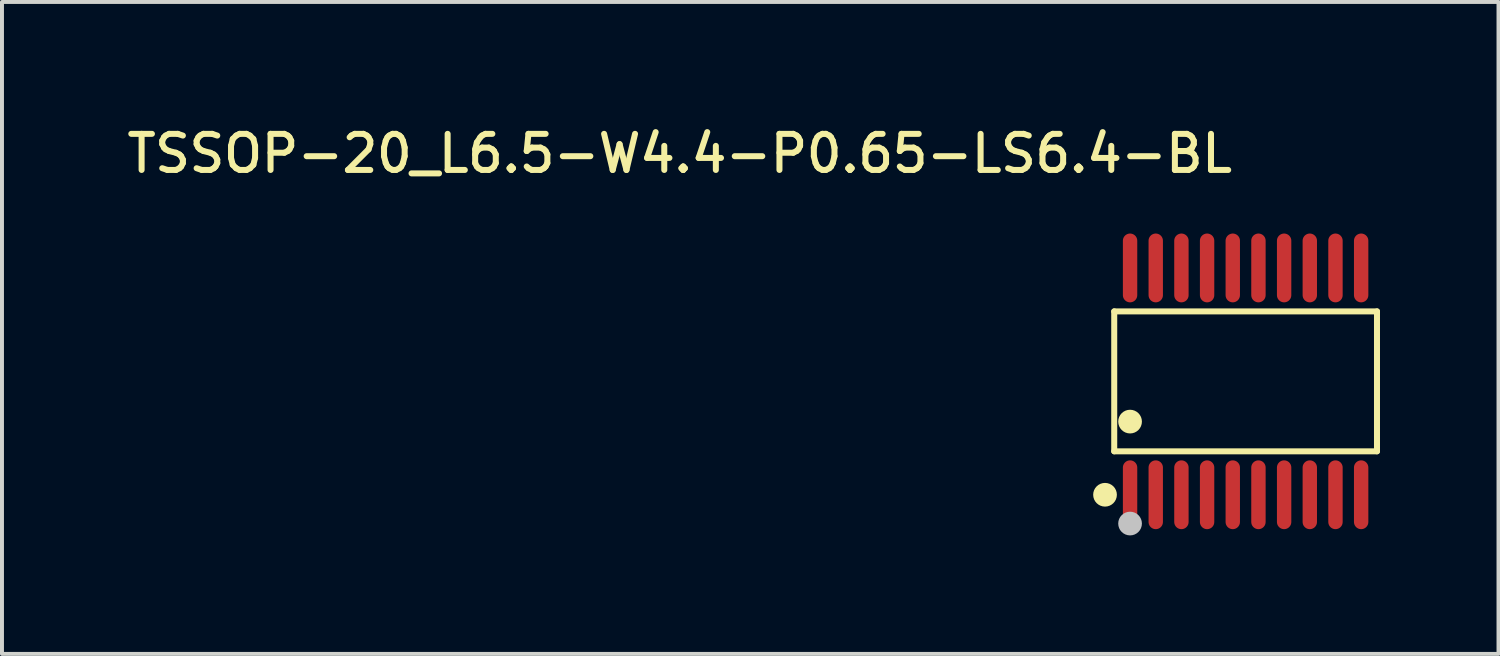
<source format=kicad_pcb>
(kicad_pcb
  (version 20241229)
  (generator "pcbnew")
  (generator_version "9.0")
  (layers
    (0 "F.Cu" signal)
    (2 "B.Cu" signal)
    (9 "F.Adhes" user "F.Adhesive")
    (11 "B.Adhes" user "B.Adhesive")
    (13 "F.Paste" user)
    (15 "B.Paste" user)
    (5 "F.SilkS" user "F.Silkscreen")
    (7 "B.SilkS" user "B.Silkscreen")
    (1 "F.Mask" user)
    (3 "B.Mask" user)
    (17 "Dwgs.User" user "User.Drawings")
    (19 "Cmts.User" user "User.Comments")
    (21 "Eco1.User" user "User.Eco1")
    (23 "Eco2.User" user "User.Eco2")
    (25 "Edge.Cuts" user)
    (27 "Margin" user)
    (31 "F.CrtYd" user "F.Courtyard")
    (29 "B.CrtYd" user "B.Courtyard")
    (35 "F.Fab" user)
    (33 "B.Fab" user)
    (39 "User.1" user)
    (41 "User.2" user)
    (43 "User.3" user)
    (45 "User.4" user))
  (footprint "TSSOP-20_L6.5-W4.4-P0.65-LS6.4-BL"
    (layer "F.Cu")
    (at 28.483 6.604)
    (property "Reference" "TSSOP-20_L6.5-W4.4-P0.65-LS6.4-BL" (at -0.254 -5.232 180) (layer "F.SilkS") (effects (font (size 0.914 0.914) (thickness 0.152)) (justify right bottom)))
    (fp_line (start -3.326 -1.771) (end 3.326 -1.771) (stroke (width 0.152) (type default)) (layer "F.SilkS"))
    (fp_line (start -3.326 1.771) (end -3.326 -1.771) (stroke (width 0.152) (type default)) (layer "F.SilkS"))
    (fp_line (start 3.326 -1.771) (end 3.326 1.771) (stroke (width 0.152) (type default)) (layer "F.SilkS"))
    (fp_line (start 3.326 1.771) (end -3.326 1.771) (stroke (width 0.152) (type default)) (layer "F.SilkS"))
    (fp_circle (center -3.559 2.871) (end -3.409 2.871) (stroke (width 0.3) (type default)) (fill no) (layer "F.SilkS"))
    (fp_circle (center -2.925 1.019) (end -2.775 1.019) (stroke (width 0.3) (type default)) (fill no) (layer "F.SilkS"))
    (fp_circle (center -2.925 3.6) (end -2.775 3.6) (stroke (width 0.3) (type default)) (fill no) (layer "Dwgs.User"))
    (fp_circle (center -3.25 3.2) (end -3.22 3.2) (stroke (width 0.06) (type default)) (fill no) (layer "User.5"))
    (pad "1" smd oval (at -2.925 2.871) (size 0.364 1.742) (layers "F.Cu" "F.Mask" "F.Paste"))
    (pad "2" smd oval (at -2.275 2.871) (size 0.364 1.742) (layers "F.Cu" "F.Mask" "F.Paste"))
    (pad "3" smd oval (at -1.625 2.871) (size 0.364 1.742) (layers "F.Cu" "F.Mask" "F.Paste"))
    (pad "4" smd oval (at -0.975 2.871) (size 0.364 1.742) (layers "F.Cu" "F.Mask" "F.Paste"))
    (pad "5" smd oval (at -0.325 2.871) (size 0.364 1.742) (layers "F.Cu" "F.Mask" "F.Paste"))
    (pad "6" smd oval (at 0.325 2.871) (size 0.364 1.742) (layers "F.Cu" "F.Mask" "F.Paste"))
    (pad "7" smd oval (at 0.975 2.871) (size 0.364 1.742) (layers "F.Cu" "F.Mask" "F.Paste"))
    (pad "8" smd oval (at 1.625 2.871) (size 0.364 1.742) (layers "F.Cu" "F.Mask" "F.Paste"))
    (pad "9" smd oval (at 2.275 2.871) (size 0.364 1.742) (layers "F.Cu" "F.Mask" "F.Paste"))
    (pad "10" smd oval (at 2.925 2.871) (size 0.364 1.742) (layers "F.Cu" "F.Mask" "F.Paste"))
    (pad "11" smd oval (at 2.925 -2.871) (size 0.364 1.742) (layers "F.Cu" "F.Mask" "F.Paste"))
    (pad "12" smd oval (at 2.275 -2.871) (size 0.364 1.742) (layers "F.Cu" "F.Mask" "F.Paste"))
    (pad "13" smd oval (at 1.625 -2.871) (size 0.364 1.742) (layers "F.Cu" "F.Mask" "F.Paste"))
    (pad "14" smd oval (at 0.975 -2.871) (size 0.364 1.742) (layers "F.Cu" "F.Mask" "F.Paste"))
    (pad "15" smd oval (at 0.325 -2.871) (size 0.364 1.742) (layers "F.Cu" "F.Mask" "F.Paste"))
    (pad "16" smd oval (at -0.325 -2.871) (size 0.364 1.742) (layers "F.Cu" "F.Mask" "F.Paste"))
    (pad "17" smd oval (at -0.975 -2.871) (size 0.364 1.742) (layers "F.Cu" "F.Mask" "F.Paste"))
    (pad "18" smd oval (at -1.625 -2.871) (size 0.364 1.742) (layers "F.Cu" "F.Mask" "F.Paste"))
    (pad "19" smd oval (at -2.275 -2.871) (size 0.364 1.742) (layers "F.Cu" "F.Mask" "F.Paste"))
    (pad "20" smd oval (at -2.925 -2.871) (size 0.364 1.742) (layers "F.Cu" "F.Mask" "F.Paste"))
    (zone (net_name "") (layer "User.3") (hatch edge 0.5) (priority 100) (connect_pads yes) (min_thickness 0) (filled_areas_thickness no) (fill yes) (polygon (pts (xy 25.248 8.904) (xy 25.248 4.504) (xy 31.748 4.504) (xy 31.748 8.904))) (filled_polygon (layer "User.3") (island) (pts (xy 25.248 8.904) (xy 25.248 4.504) (xy 31.748 4.504) (xy 31.748 8.904))))
    (zone (net_name "") (layer "User.4") (hatch edge 0.5) (priority 100) (connect_pads yes) (min_thickness 0) (filled_areas_thickness no) (fill yes) (polygon (pts (xy 25.443 3.504) (xy 25.443 4.104) (xy 25.703 4.104) (xy 25.703 3.504))) (filled_polygon (layer "User.4") (island) (pts (xy 25.443 3.504) (xy 25.443 4.104) (xy 25.703 4.104) (xy 25.703 3.504))))
    (zone (net_name "") (layer "User.4") (hatch edge 0.5) (priority 100) (connect_pads) (min_thickness 0) (filled_areas_thickness no) (keepout (tracks allowed) (vias allowed) (pads allowed) (copperpour not_allowed) (footprints allowed)) (placement (enabled no)) (fill) (polygon (pts (xy 25.443 4.094) (xy 25.443 4.514) (xy 25.703 4.514) (xy 25.703 4.094))))
    (zone (net_name "") (layer "User.4") (hatch edge 0.5) (priority 100) (connect_pads) (min_thickness 0) (filled_areas_thickness no) (keepout (tracks allowed) (vias allowed) (pads allowed) (copperpour not_allowed) (footprints allowed)) (placement (enabled no)) (fill) (polygon (pts (xy 25.443 9.314) (xy 25.443 8.894) (xy 25.703 8.894) (xy 25.703 9.314))))
    (zone (net_name "") (layer "User.4") (hatch edge 0.5) (priority 100) (connect_pads yes) (min_thickness 0) (filled_areas_thickness no) (fill yes) (polygon (pts (xy 25.443 9.904) (xy 25.443 9.304) (xy 25.703 9.304) (xy 25.703 9.904))) (filled_polygon (layer "User.4") (island) (pts (xy 25.443 9.904) (xy 25.443 9.304) (xy 25.703 9.304) (xy 25.703 9.904))))
    (zone (net_name "") (layer "User.4") (hatch edge 0.5) (priority 100) (connect_pads yes) (min_thickness 0) (filled_areas_thickness no) (fill yes) (polygon (pts (xy 26.093 3.504) (xy 26.093 4.104) (xy 26.353 4.104) (xy 26.353 3.504))) (filled_polygon (layer "User.4") (island) (pts (xy 26.093 3.504) (xy 26.093 4.104) (xy 26.353 4.104) (xy 26.353 3.504))))
    (zone (net_name "") (layer "User.4") (hatch edge 0.5) (priority 100) (connect_pads) (min_thickness 0) (filled_areas_thickness no) (keepout (tracks allowed) (vias allowed) (pads allowed) (copperpour not_allowed) (footprints allowed)) (placement (enabled no)) (fill) (polygon (pts (xy 26.093 4.094) (xy 26.093 4.514) (xy 26.353 4.514) (xy 26.353 4.094))))
    (zone (net_name "") (layer "User.4") (hatch edge 0.5) (priority 100) (connect_pads) (min_thickness 0) (filled_areas_thickness no) (keepout (tracks allowed) (vias allowed) (pads allowed) (copperpour not_allowed) (footprints allowed)) (placement (enabled no)) (fill) (polygon (pts (xy 26.093 9.314) (xy 26.093 8.894) (xy 26.353 8.894) (xy 26.353 9.314))))
    (zone (net_name "") (layer "User.4") (hatch edge 0.5) (priority 100) (connect_pads yes) (min_thickness 0) (filled_areas_thickness no) (fill yes) (polygon (pts (xy 26.093 9.904) (xy 26.093 9.304) (xy 26.353 9.304) (xy 26.353 9.904))) (filled_polygon (layer "User.4") (island) (pts (xy 26.093 9.904) (xy 26.093 9.304) (xy 26.353 9.304) (xy 26.353 9.904))))
    (zone (net_name "") (layer "User.4") (hatch edge 0.5) (priority 100) (connect_pads yes) (min_thickness 0) (filled_areas_thickness no) (fill yes) (polygon (pts (xy 26.743 3.504) (xy 26.743 4.104) (xy 27.003 4.104) (xy 27.003 3.504))) (filled_polygon (layer "User.4") (island) (pts (xy 26.743 3.504) (xy 26.743 4.104) (xy 27.003 4.104) (xy 27.003 3.504))))
    (zone (net_name "") (layer "User.4") (hatch edge 0.5) (priority 100) (connect_pads) (min_thickness 0) (filled_areas_thickness no) (keepout (tracks allowed) (vias allowed) (pads allowed) (copperpour not_allowed) (footprints allowed)) (placement (enabled no)) (fill) (polygon (pts (xy 26.743 4.094) (xy 26.743 4.514) (xy 27.003 4.514) (xy 27.003 4.094))))
    (zone (net_name "") (layer "User.4") (hatch edge 0.5) (priority 100) (connect_pads) (min_thickness 0) (filled_areas_thickness no) (keepout (tracks allowed) (vias allowed) (pads allowed) (copperpour not_allowed) (footprints allowed)) (placement (enabled no)) (fill) (polygon (pts (xy 26.743 9.314) (xy 26.743 8.894) (xy 27.003 8.894) (xy 27.003 9.314))))
    (zone (net_name "") (layer "User.4") (hatch edge 0.5) (priority 100) (connect_pads yes) (min_thickness 0) (filled_areas_thickness no) (fill yes) (polygon (pts (xy 26.743 9.904) (xy 26.743 9.304) (xy 27.003 9.304) (xy 27.003 9.904))) (filled_polygon (layer "User.4") (island) (pts (xy 26.743 9.904) (xy 26.743 9.304) (xy 27.003 9.304) (xy 27.003 9.904))))
    (zone (net_name "") (layer "User.4") (hatch edge 0.5) (priority 100) (connect_pads yes) (min_thickness 0) (filled_areas_thickness no) (fill yes) (polygon (pts (xy 27.393 3.504) (xy 27.393 4.104) (xy 27.653 4.104) (xy 27.653 3.504))) (filled_polygon (layer "User.4") (island) (pts (xy 27.393 3.504) (xy 27.393 4.104) (xy 27.653 4.104) (xy 27.653 3.504))))
    (zone (net_name "") (layer "User.4") (hatch edge 0.5) (priority 100) (connect_pads) (min_thickness 0) (filled_areas_thickness no) (keepout (tracks allowed) (vias allowed) (pads allowed) (copperpour not_allowed) (footprints allowed)) (placement (enabled no)) (fill) (polygon (pts (xy 27.393 4.094) (xy 27.393 4.514) (xy 27.653 4.514) (xy 27.653 4.094))))
    (zone (net_name "") (layer "User.4") (hatch edge 0.5) (priority 100) (connect_pads) (min_thickness 0) (filled_areas_thickness no) (keepout (tracks allowed) (vias allowed) (pads allowed) (copperpour not_allowed) (footprints allowed)) (placement (enabled no)) (fill) (polygon (pts (xy 27.393 9.314) (xy 27.393 8.894) (xy 27.653 8.894) (xy 27.653 9.314))))
    (zone (net_name "") (layer "User.4") (hatch edge 0.5) (priority 100) (connect_pads yes) (min_thickness 0) (filled_areas_thickness no) (fill yes) (polygon (pts (xy 27.393 9.904) (xy 27.393 9.304) (xy 27.653 9.304) (xy 27.653 9.904))) (filled_polygon (layer "User.4") (island) (pts (xy 27.393 9.904) (xy 27.393 9.304) (xy 27.653 9.304) (xy 27.653 9.904))))
    (zone (net_name "") (layer "User.4") (hatch edge 0.5) (priority 100) (connect_pads yes) (min_thickness 0) (filled_areas_thickness no) (fill yes) (polygon (pts (xy 28.043 3.504) (xy 28.043 4.104) (xy 28.303 4.104) (xy 28.303 3.504))) (filled_polygon (layer "User.4") (island) (pts (xy 28.043 3.504) (xy 28.043 4.104) (xy 28.303 4.104) (xy 28.303 3.504))))
    (zone (net_name "") (layer "User.4") (hatch edge 0.5) (priority 100) (connect_pads) (min_thickness 0) (filled_areas_thickness no) (keepout (tracks allowed) (vias allowed) (pads allowed) (copperpour not_allowed) (footprints allowed)) (placement (enabled no)) (fill) (polygon (pts (xy 28.043 4.094) (xy 28.043 4.514) (xy 28.303 4.514) (xy 28.303 4.094))))
    (zone (net_name "") (layer "User.4") (hatch edge 0.5) (priority 100) (connect_pads) (min_thickness 0) (filled_areas_thickness no) (keepout (tracks allowed) (vias allowed) (pads allowed) (copperpour not_allowed) (footprints allowed)) (placement (enabled no)) (fill) (polygon (pts (xy 28.043 9.314) (xy 28.043 8.894) (xy 28.303 8.894) (xy 28.303 9.314))))
    (zone (net_name "") (layer "User.4") (hatch edge 0.5) (priority 100) (connect_pads yes) (min_thickness 0) (filled_areas_thickness no) (fill yes) (polygon (pts (xy 28.043 9.904) (xy 28.043 9.304) (xy 28.303 9.304) (xy 28.303 9.904))) (filled_polygon (layer "User.4") (island) (pts (xy 28.043 9.904) (xy 28.043 9.304) (xy 28.303 9.304) (xy 28.303 9.904))))
    (zone (net_name "") (layer "User.4") (hatch edge 0.5) (priority 100) (connect_pads yes) (min_thickness 0) (filled_areas_thickness no) (fill yes) (polygon (pts (xy 28.693 3.504) (xy 28.693 4.104) (xy 28.953 4.104) (xy 28.953 3.504))) (filled_polygon (layer "User.4") (island) (pts (xy 28.693 3.504) (xy 28.693 4.104) (xy 28.953 4.104) (xy 28.953 3.504))))
    (zone (net_name "") (layer "User.4") (hatch edge 0.5) (priority 100) (connect_pads) (min_thickness 0) (filled_areas_thickness no) (keepout (tracks allowed) (vias allowed) (pads allowed) (copperpour not_allowed) (footprints allowed)) (placement (enabled no)) (fill) (polygon (pts (xy 28.693 4.094) (xy 28.693 4.514) (xy 28.953 4.514) (xy 28.953 4.094))))
    (zone (net_name "") (layer "User.4") (hatch edge 0.5) (priority 100) (connect_pads) (min_thickness 0) (filled_areas_thickness no) (keepout (tracks allowed) (vias allowed) (pads allowed) (copperpour not_allowed) (footprints allowed)) (placement (enabled no)) (fill) (polygon (pts (xy 28.693 9.314) (xy 28.693 8.894) (xy 28.953 8.894) (xy 28.953 9.314))))
    (zone (net_name "") (layer "User.4") (hatch edge 0.5) (priority 100) (connect_pads yes) (min_thickness 0) (filled_areas_thickness no) (fill yes) (polygon (pts (xy 28.693 9.904) (xy 28.693 9.304) (xy 28.953 9.304) (xy 28.953 9.904))) (filled_polygon (layer "User.4") (island) (pts (xy 28.693 9.904) (xy 28.693 9.304) (xy 28.953 9.304) (xy 28.953 9.904))))
    (zone (net_name "") (layer "User.4") (hatch edge 0.5) (priority 100) (connect_pads yes) (min_thickness 0) (filled_areas_thickness no) (fill yes) (polygon (pts (xy 29.343 3.504) (xy 29.343 4.104) (xy 29.603 4.104) (xy 29.603 3.504))) (filled_polygon (layer "User.4") (island) (pts (xy 29.343 3.504) (xy 29.343 4.104) (xy 29.603 4.104) (xy 29.603 3.504))))
    (zone (net_name "") (layer "User.4") (hatch edge 0.5) (priority 100) (connect_pads) (min_thickness 0) (filled_areas_thickness no) (keepout (tracks allowed) (vias allowed) (pads allowed) (copperpour not_allowed) (footprints allowed)) (placement (enabled no)) (fill) (polygon (pts (xy 29.343 4.094) (xy 29.343 4.514) (xy 29.603 4.514) (xy 29.603 4.094))))
    (zone (net_name "") (layer "User.4") (hatch edge 0.5) (priority 100) (connect_pads) (min_thickness 0) (filled_areas_thickness no) (keepout (tracks allowed) (vias allowed) (pads allowed) (copperpour not_allowed) (footprints allowed)) (placement (enabled no)) (fill) (polygon (pts (xy 29.343 9.314) (xy 29.343 8.894) (xy 29.603 8.894) (xy 29.603 9.314))))
    (zone (net_name "") (layer "User.4") (hatch edge 0.5) (priority 100) (connect_pads yes) (min_thickness 0) (filled_areas_thickness no) (fill yes) (polygon (pts (xy 29.343 9.904) (xy 29.343 9.304) (xy 29.603 9.304) (xy 29.603 9.904))) (filled_polygon (layer "User.4") (island) (pts (xy 29.343 9.904) (xy 29.343 9.304) (xy 29.603 9.304) (xy 29.603 9.904))))
    (zone (net_name "") (layer "User.4") (hatch edge 0.5) (priority 100) (connect_pads yes) (min_thickness 0) (filled_areas_thickness no) (fill yes) (polygon (pts (xy 29.993 3.504) (xy 29.993 4.104) (xy 30.253 4.104) (xy 30.253 3.504))) (filled_polygon (layer "User.4") (island) (pts (xy 29.993 3.504) (xy 29.993 4.104) (xy 30.253 4.104) (xy 30.253 3.504))))
    (zone (net_name "") (layer "User.4") (hatch edge 0.5) (priority 100) (connect_pads) (min_thickness 0) (filled_areas_thickness no) (keepout (tracks allowed) (vias allowed) (pads allowed) (copperpour not_allowed) (footprints allowed)) (placement (enabled no)) (fill) (polygon (pts (xy 29.993 4.094) (xy 29.993 4.514) (xy 30.253 4.514) (xy 30.253 4.094))))
    (zone (net_name "") (layer "User.4") (hatch edge 0.5) (priority 100) (connect_pads) (min_thickness 0) (filled_areas_thickness no) (keepout (tracks allowed) (vias allowed) (pads allowed) (copperpour not_allowed) (footprints allowed)) (placement (enabled no)) (fill) (polygon (pts (xy 29.993 9.314) (xy 29.993 8.894) (xy 30.253 8.894) (xy 30.253 9.314))))
    (zone (net_name "") (layer "User.4") (hatch edge 0.5) (priority 100) (connect_pads yes) (min_thickness 0) (filled_areas_thickness no) (fill yes) (polygon (pts (xy 29.993 9.904) (xy 29.993 9.304) (xy 30.253 9.304) (xy 30.253 9.904))) (filled_polygon (layer "User.4") (island) (pts (xy 29.993 9.904) (xy 29.993 9.304) (xy 30.253 9.304) (xy 30.253 9.904))))
    (zone (net_name "") (layer "User.4") (hatch edge 0.5) (priority 100) (connect_pads yes) (min_thickness 0) (filled_areas_thickness no) (fill yes) (polygon (pts (xy 30.643 3.504) (xy 30.643 4.104) (xy 30.903 4.104) (xy 30.903 3.504))) (filled_polygon (layer "User.4") (island) (pts (xy 30.643 3.504) (xy 30.643 4.104) (xy 30.903 4.104) (xy 30.903 3.504))))
    (zone (net_name "") (layer "User.4") (hatch edge 0.5) (priority 100) (connect_pads) (min_thickness 0) (filled_areas_thickness no) (keepout (tracks allowed) (vias allowed) (pads allowed) (copperpour not_allowed) (footprints allowed)) (placement (enabled no)) (fill) (polygon (pts (xy 30.643 4.094) (xy 30.643 4.514) (xy 30.903 4.514) (xy 30.903 4.094))))
    (zone (net_name "") (layer "User.4") (hatch edge 0.5) (priority 100) (connect_pads) (min_thickness 0) (filled_areas_thickness no) (keepout (tracks allowed) (vias allowed) (pads allowed) (copperpour not_allowed) (footprints allowed)) (placement (enabled no)) (fill) (polygon (pts (xy 30.643 9.314) (xy 30.643 8.894) (xy 30.903 8.894) (xy 30.903 9.314))))
    (zone (net_name "") (layer "User.4") (hatch edge 0.5) (priority 100) (connect_pads yes) (min_thickness 0) (filled_areas_thickness no) (fill yes) (polygon (pts (xy 30.643 9.904) (xy 30.643 9.304) (xy 30.903 9.304) (xy 30.903 9.904))) (filled_polygon (layer "User.4") (island) (pts (xy 30.643 9.904) (xy 30.643 9.304) (xy 30.903 9.304) (xy 30.903 9.904))))
    (zone (net_name "") (layer "User.4") (hatch edge 0.5) (priority 100) (connect_pads yes) (min_thickness 0) (filled_areas_thickness no) (fill yes) (polygon (pts (xy 31.293 3.504) (xy 31.293 4.104) (xy 31.553 4.104) (xy 31.553 3.504))) (filled_polygon (layer "User.4") (island) (pts (xy 31.293 3.504) (xy 31.293 4.104) (xy 31.553 4.104) (xy 31.553 3.504))))
    (zone (net_name "") (layer "User.4") (hatch edge 0.5) (priority 100) (connect_pads) (min_thickness 0) (filled_areas_thickness no) (keepout (tracks allowed) (vias allowed) (pads allowed) (copperpour not_allowed) (footprints allowed)) (placement (enabled no)) (fill) (polygon (pts (xy 31.293 4.094) (xy 31.293 4.514) (xy 31.553 4.514) (xy 31.553 4.094))))
    (zone (net_name "") (layer "User.4") (hatch edge 0.5) (priority 100) (connect_pads) (min_thickness 0) (filled_areas_thickness no) (keepout (tracks allowed) (vias allowed) (pads allowed) (copperpour not_allowed) (footprints allowed)) (placement (enabled no)) (fill) (polygon (pts (xy 31.293 9.314) (xy 31.293 8.894) (xy 31.553 8.894) (xy 31.553 9.314))))
    (zone (net_name "") (layer "User.4") (hatch edge 0.5) (priority 100) (connect_pads yes) (min_thickness 0) (filled_areas_thickness no) (fill yes) (polygon (pts (xy 31.293 9.904) (xy 31.293 9.304) (xy 31.553 9.304) (xy 31.553 9.904))) (filled_polygon (layer "User.4") (island) (pts (xy 31.293 9.904) (xy 31.293 9.304) (xy 31.553 9.304) (xy 31.553 9.904)))))
  (gr_rect
    (start -3 -3)
    (end 34.885 13.504)
    (stroke (width 0.1) (type default))
    (fill no)
    (layer "Edge.Cuts")))
</source>
